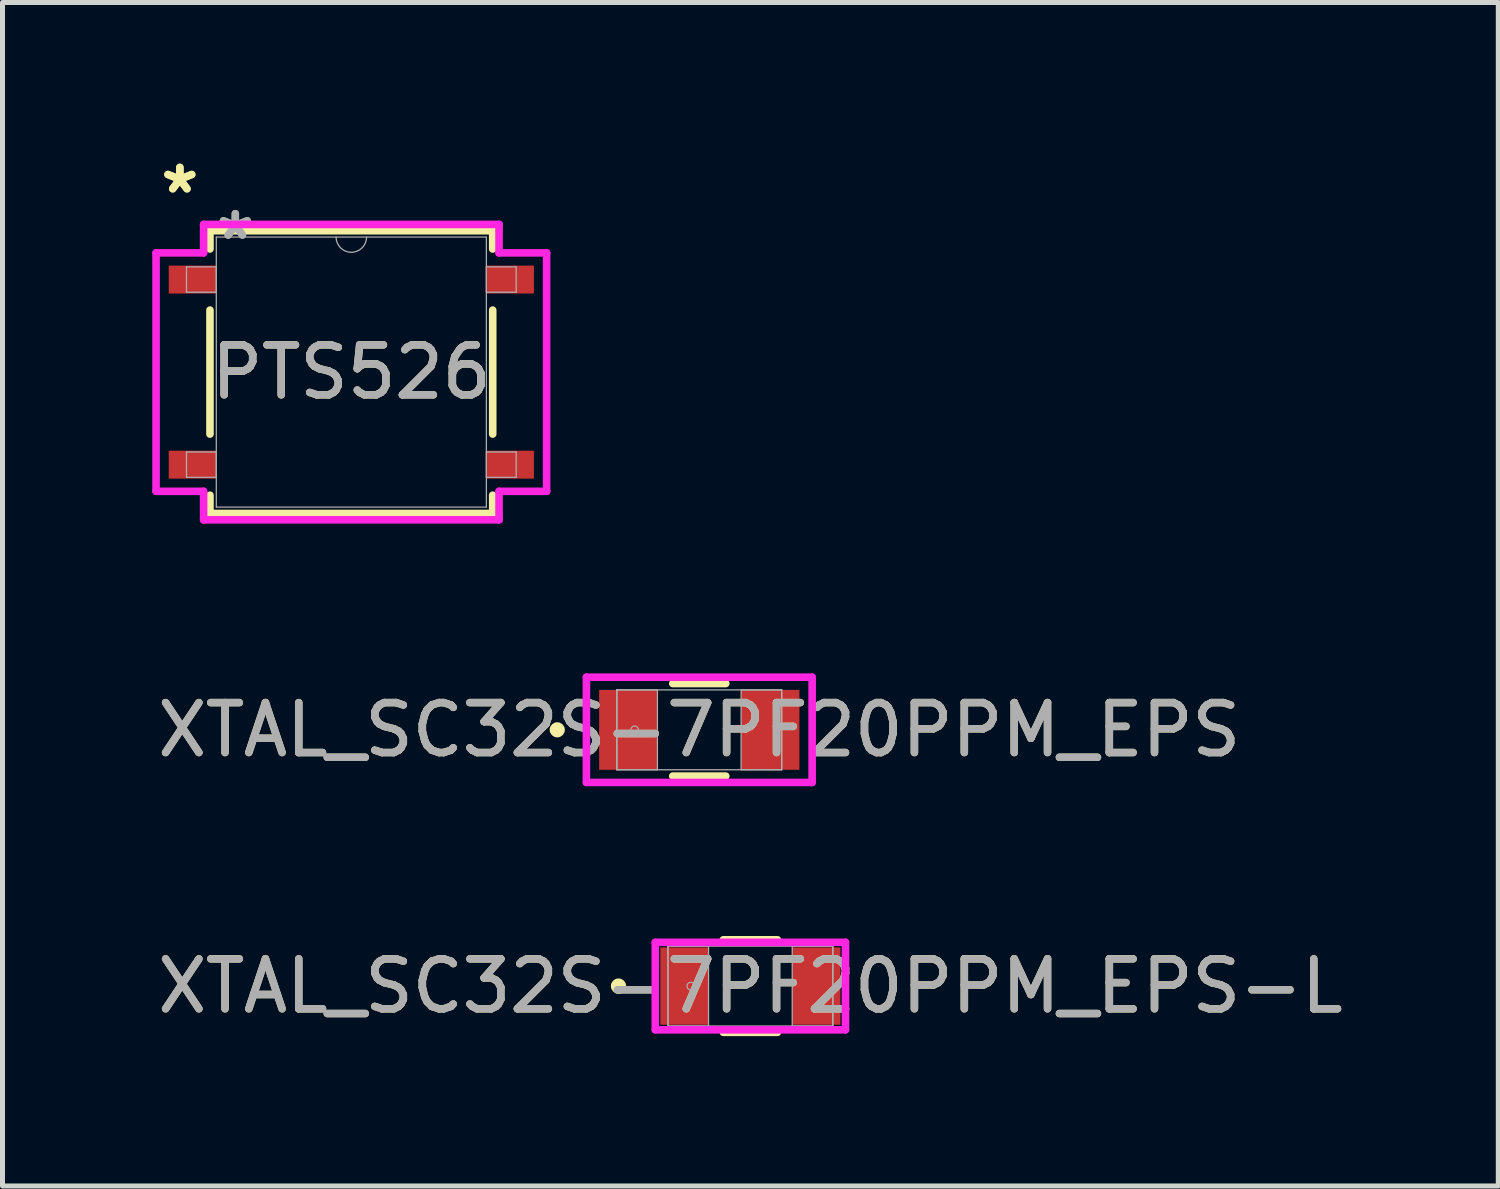
<source format=kicad_pcb>
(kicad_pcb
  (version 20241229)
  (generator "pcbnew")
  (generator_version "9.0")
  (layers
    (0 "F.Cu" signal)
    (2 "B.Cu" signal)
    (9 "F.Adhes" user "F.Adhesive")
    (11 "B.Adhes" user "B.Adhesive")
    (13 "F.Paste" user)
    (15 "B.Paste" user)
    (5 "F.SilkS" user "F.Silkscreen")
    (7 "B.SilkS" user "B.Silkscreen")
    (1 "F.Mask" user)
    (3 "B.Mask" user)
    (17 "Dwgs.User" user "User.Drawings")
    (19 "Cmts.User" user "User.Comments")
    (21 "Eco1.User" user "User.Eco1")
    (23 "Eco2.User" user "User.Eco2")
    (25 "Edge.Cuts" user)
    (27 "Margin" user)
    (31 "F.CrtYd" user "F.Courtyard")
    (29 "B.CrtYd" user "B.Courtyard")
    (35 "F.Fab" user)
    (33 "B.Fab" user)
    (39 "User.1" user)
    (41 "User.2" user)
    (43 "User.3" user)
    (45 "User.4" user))
  (footprint "XTAL_SC32S-7PF20PPM_EPS"
    (layer "F.Cu")
    (at 10.958 11.57)
    (property "Reference" "XTAL_SC32S-7PF20PPM_EPS" (at 0 0 0) (unlocked yes) (layer "F.SilkS") (effects (font (size 1 1) (thickness 0.15))))
    (attr smd)
    (fp_line (start -0.531 0.927) (end 0.531 0.927) (stroke (width 0.152) (type solid)) (layer "F.SilkS"))
    (fp_line (start 0.531 -0.927) (end -0.531 -0.927) (stroke (width 0.152) (type solid)) (layer "F.SilkS"))
    (fp_circle (center -2.845 0) (end -2.769 0) (stroke (width 0.152) (type solid)) (fill no) (layer "F.SilkS"))
    (fp_line (start -2.261 -1.054) (end 2.261 -1.054) (stroke (width 0.152) (type solid)) (layer "F.CrtYd"))
    (fp_line (start -2.261 1.054) (end -2.261 -1.054) (stroke (width 0.152) (type solid)) (layer "F.CrtYd"))
    (fp_line (start 2.261 -1.054) (end 2.261 1.054) (stroke (width 0.152) (type solid)) (layer "F.CrtYd"))
    (fp_line (start 2.261 1.054) (end -2.261 1.054) (stroke (width 0.152) (type solid)) (layer "F.CrtYd"))
    (fp_line (start -1.651 -0.8) (end -1.651 0.8) (stroke (width 0.025) (type solid)) (layer "F.Fab"))
    (fp_line (start -1.651 -0.8) (end -1.651 0.8) (stroke (width 0.025) (type solid)) (layer "F.Fab"))
    (fp_line (start -1.651 0.8) (end -0.838 0.8) (stroke (width 0.025) (type solid)) (layer "F.Fab"))
    (fp_line (start -1.651 0.8) (end 1.651 0.8) (stroke (width 0.025) (type solid)) (layer "F.Fab"))
    (fp_line (start -0.838 -0.8) (end -1.651 -0.8) (stroke (width 0.025) (type solid)) (layer "F.Fab"))
    (fp_line (start -0.838 0.8) (end -0.838 -0.8) (stroke (width 0.025) (type solid)) (layer "F.Fab"))
    (fp_line (start 0.838 -0.8) (end 0.838 0.8) (stroke (width 0.025) (type solid)) (layer "F.Fab"))
    (fp_line (start 0.838 0.8) (end 1.651 0.8) (stroke (width 0.025) (type solid)) (layer "F.Fab"))
    (fp_line (start 1.651 -0.8) (end -1.651 -0.8) (stroke (width 0.025) (type solid)) (layer "F.Fab"))
    (fp_line (start 1.651 -0.8) (end 0.838 -0.8) (stroke (width 0.025) (type solid)) (layer "F.Fab"))
    (fp_line (start 1.651 0.8) (end 1.651 -0.8) (stroke (width 0.025) (type solid)) (layer "F.Fab"))
    (fp_line (start 1.651 0.8) (end 1.651 -0.8) (stroke (width 0.025) (type solid)) (layer "F.Fab"))
    (fp_circle (center -1.295 0) (end -1.219 0) (stroke (width 0.025) (type solid)) (fill no) (layer "F.Fab"))
    (fp_text user "${REFERENCE}" (at 0 0 0) (unlocked yes) (layer "F.Fab") (effects (font (size 1 1) (thickness 0.15))))
    (pad "1" smd rect (at -1.422 0) (size 1.168 1.6) (layers "F.Cu" "F.Mask" "F.Paste"))
    (pad "2" smd rect (at 1.422 0) (size 1.168 1.6) (layers "F.Cu" "F.Mask" "F.Paste"))
    (zone (net_name "") (layer "F.Cu") (hatch full 0.508) (connect_pads) (min_thickness 0.254) (filled_areas_thickness no) (keepout (tracks not_allowed) (vias not_allowed) (pads allowed) (copperpour not_allowed) (footprints allowed)) (placement (enabled no)) (fill) (polygon (pts (xy 10.171 10.821) (xy 11.746 10.821) (xy 11.746 12.319) (xy 10.171 12.319)))))
  (footprint "PTS526"
    (layer "F.Cu")
    (at 3.988 4.404)
    (property "Reference" "PTS526" (at 0 0 0) (unlocked yes) (layer "F.SilkS") (effects (font (size 1 1) (thickness 0.15))))
    (attr smd)
    (fp_line (start -2.832 -2.832) (end -2.832 -2.466) (stroke (width 0.152) (type solid)) (layer "F.SilkS"))
    (fp_line (start -2.832 -1.242) (end -2.832 1.242) (stroke (width 0.152) (type solid)) (layer "F.SilkS"))
    (fp_line (start -2.832 2.466) (end -2.832 2.832) (stroke (width 0.152) (type solid)) (layer "F.SilkS"))
    (fp_line (start -2.832 2.832) (end 2.832 2.832) (stroke (width 0.152) (type solid)) (layer "F.SilkS"))
    (fp_line (start 2.832 -2.832) (end -2.832 -2.832) (stroke (width 0.152) (type solid)) (layer "F.SilkS"))
    (fp_line (start 2.832 -2.466) (end 2.832 -2.832) (stroke (width 0.152) (type solid)) (layer "F.SilkS"))
    (fp_line (start 2.832 1.242) (end 2.832 -1.242) (stroke (width 0.152) (type solid)) (layer "F.SilkS"))
    (fp_line (start 2.832 2.832) (end 2.832 2.466) (stroke (width 0.152) (type solid)) (layer "F.SilkS"))
    (fp_line (start -3.912 -2.388) (end -2.959 -2.388) (stroke (width 0.152) (type solid)) (layer "F.CrtYd"))
    (fp_line (start -3.912 2.388) (end -3.912 -2.388) (stroke (width 0.152) (type solid)) (layer "F.CrtYd"))
    (fp_line (start -3.912 2.388) (end -2.959 2.388) (stroke (width 0.152) (type solid)) (layer "F.CrtYd"))
    (fp_line (start -2.959 -2.959) (end 2.959 -2.959) (stroke (width 0.152) (type solid)) (layer "F.CrtYd"))
    (fp_line (start -2.959 -2.388) (end -2.959 -2.959) (stroke (width 0.152) (type solid)) (layer "F.CrtYd"))
    (fp_line (start -2.959 2.959) (end -2.959 2.388) (stroke (width 0.152) (type solid)) (layer "F.CrtYd"))
    (fp_line (start 2.959 -2.959) (end 2.959 -2.388) (stroke (width 0.152) (type solid)) (layer "F.CrtYd"))
    (fp_line (start 2.959 2.388) (end 2.959 2.959) (stroke (width 0.152) (type solid)) (layer "F.CrtYd"))
    (fp_line (start 2.959 2.959) (end -2.959 2.959) (stroke (width 0.152) (type solid)) (layer "F.CrtYd"))
    (fp_line (start 3.912 -2.388) (end 2.959 -2.388) (stroke (width 0.152) (type solid)) (layer "F.CrtYd"))
    (fp_line (start 3.912 -2.388) (end 3.912 2.388) (stroke (width 0.152) (type solid)) (layer "F.CrtYd"))
    (fp_line (start 3.912 2.388) (end 2.959 2.388) (stroke (width 0.152) (type solid)) (layer "F.CrtYd"))
    (fp_line (start -3.302 -2.108) (end -3.302 -1.6) (stroke (width 0.025) (type solid)) (layer "F.Fab"))
    (fp_line (start -3.302 -1.6) (end -2.705 -1.6) (stroke (width 0.025) (type solid)) (layer "F.Fab"))
    (fp_line (start -3.302 1.6) (end -3.302 2.108) (stroke (width 0.025) (type solid)) (layer "F.Fab"))
    (fp_line (start -3.302 2.108) (end -2.705 2.108) (stroke (width 0.025) (type solid)) (layer "F.Fab"))
    (fp_line (start -2.705 -2.705) (end -2.705 2.705) (stroke (width 0.025) (type solid)) (layer "F.Fab"))
    (fp_line (start -2.705 -2.108) (end -3.302 -2.108) (stroke (width 0.025) (type solid)) (layer "F.Fab"))
    (fp_line (start -2.705 -1.6) (end -2.705 -2.108) (stroke (width 0.025) (type solid)) (layer "F.Fab"))
    (fp_line (start -2.705 1.6) (end -3.302 1.6) (stroke (width 0.025) (type solid)) (layer "F.Fab"))
    (fp_line (start -2.705 2.108) (end -2.705 1.6) (stroke (width 0.025) (type solid)) (layer "F.Fab"))
    (fp_line (start -2.705 2.705) (end 2.705 2.705) (stroke (width 0.025) (type solid)) (layer "F.Fab"))
    (fp_line (start 2.705 -2.705) (end -2.705 -2.705) (stroke (width 0.025) (type solid)) (layer "F.Fab"))
    (fp_line (start 2.705 -2.108) (end 2.705 -1.6) (stroke (width 0.025) (type solid)) (layer "F.Fab"))
    (fp_line (start 2.705 -1.6) (end 3.302 -1.6) (stroke (width 0.025) (type solid)) (layer "F.Fab"))
    (fp_line (start 2.705 1.6) (end 2.705 2.108) (stroke (width 0.025) (type solid)) (layer "F.Fab"))
    (fp_line (start 2.705 2.108) (end 3.302 2.108) (stroke (width 0.025) (type solid)) (layer "F.Fab"))
    (fp_line (start 2.705 2.705) (end 2.705 -2.705) (stroke (width 0.025) (type solid)) (layer "F.Fab"))
    (fp_line (start 3.302 -2.108) (end 2.705 -2.108) (stroke (width 0.025) (type solid)) (layer "F.Fab"))
    (fp_line (start 3.302 -1.6) (end 3.302 -2.108) (stroke (width 0.025) (type solid)) (layer "F.Fab"))
    (fp_line (start 3.302 1.6) (end 2.705 1.6) (stroke (width 0.025) (type solid)) (layer "F.Fab"))
    (fp_line (start 3.302 2.108) (end 3.302 1.6) (stroke (width 0.025) (type solid)) (layer "F.Fab"))
    (fp_arc (start 0.3048 -2.7051) (mid 0 -2.4003) (end -0.3048 -2.7051) (stroke (width 0.0254) (type solid)) (layer "F.Fab"))
    (fp_text user "*" (at -3.435 -3.556 0) (layer "F.SilkS") (effects (font (size 1 1) (thickness 0.15))))
    (fp_text user "*" (at -3.435 -3.556 0) (unlocked yes) (layer "F.SilkS") (effects (font (size 1 1) (thickness 0.15))))
    (fp_text user "*" (at -2.324 -2.629 0) (layer "F.Fab") (effects (font (size 1 1) (thickness 0.15))))
    (fp_text user "${REFERENCE}" (at 0 0 0) (unlocked yes) (layer "F.Fab") (effects (font (size 1 1) (thickness 0.15))))
    (fp_text user "*" (at -2.324 -2.629 0) (unlocked yes) (layer "F.Fab") (effects (font (size 1 1) (thickness 0.15))))
    (pad "1" smd rect (at -3.181 -1.854) (size 0.953 0.559) (layers "F.Cu" "F.Mask" "F.Paste"))
    (pad "2" smd rect (at 3.181 -1.854) (size 0.953 0.559) (layers "F.Cu" "F.Mask" "F.Paste"))
    (pad "3" smd rect (at -3.181 1.854) (size 0.953 0.559) (layers "F.Cu" "F.Mask" "F.Paste"))
    (pad "4" smd rect (at 3.181 1.854) (size 0.953 0.559) (layers "F.Cu" "F.Mask" "F.Paste")))
  (footprint "XTAL_SC32S-7PF20PPM_EPS-L"
    (layer "F.Cu")
    (at 11.982 16.703)
    (property "Reference" "XTAL_SC32S-7PF20PPM_EPS-L" (at 0 0 0) (unlocked yes) (layer "F.SilkS") (effects (font (size 1 1) (thickness 0.15))))
    (attr smd)
    (fp_line (start -0.542 0.927) (end 0.542 0.927) (stroke (width 0.152) (type solid)) (layer "F.SilkS"))
    (fp_line (start 0.542 -0.927) (end -0.542 -0.927) (stroke (width 0.152) (type solid)) (layer "F.SilkS"))
    (fp_circle (center -2.642 0) (end -2.565 0) (stroke (width 0.152) (type solid)) (fill no) (layer "F.SilkS"))
    (fp_line (start -1.905 -0.876) (end 1.905 -0.876) (stroke (width 0.152) (type solid)) (layer "F.CrtYd"))
    (fp_line (start -1.905 0.876) (end -1.905 -0.876) (stroke (width 0.152) (type solid)) (layer "F.CrtYd"))
    (fp_line (start 1.905 -0.876) (end 1.905 0.876) (stroke (width 0.152) (type solid)) (layer "F.CrtYd"))
    (fp_line (start 1.905 0.876) (end -1.905 0.876) (stroke (width 0.152) (type solid)) (layer "F.CrtYd"))
    (fp_line (start -1.651 -0.8) (end -1.651 0.8) (stroke (width 0.025) (type solid)) (layer "F.Fab"))
    (fp_line (start -1.651 -0.8) (end -1.651 0.8) (stroke (width 0.025) (type solid)) (layer "F.Fab"))
    (fp_line (start -1.651 0.8) (end -0.838 0.8) (stroke (width 0.025) (type solid)) (layer "F.Fab"))
    (fp_line (start -1.651 0.8) (end 1.651 0.8) (stroke (width 0.025) (type solid)) (layer "F.Fab"))
    (fp_line (start -0.838 -0.8) (end -1.651 -0.8) (stroke (width 0.025) (type solid)) (layer "F.Fab"))
    (fp_line (start -0.838 0.8) (end -0.838 -0.8) (stroke (width 0.025) (type solid)) (layer "F.Fab"))
    (fp_line (start 0.838 -0.8) (end 0.838 0.8) (stroke (width 0.025) (type solid)) (layer "F.Fab"))
    (fp_line (start 0.838 0.8) (end 1.651 0.8) (stroke (width 0.025) (type solid)) (layer "F.Fab"))
    (fp_line (start 1.651 -0.8) (end -1.651 -0.8) (stroke (width 0.025) (type solid)) (layer "F.Fab"))
    (fp_line (start 1.651 -0.8) (end 0.838 -0.8) (stroke (width 0.025) (type solid)) (layer "F.Fab"))
    (fp_line (start 1.651 0.8) (end 1.651 -0.8) (stroke (width 0.025) (type solid)) (layer "F.Fab"))
    (fp_line (start 1.651 0.8) (end 1.651 -0.8) (stroke (width 0.025) (type solid)) (layer "F.Fab"))
    (fp_circle (center -1.194 0) (end -1.118 0) (stroke (width 0.025) (type solid)) (fill no) (layer "F.Fab"))
    (fp_text user "${REFERENCE}" (at 0 0 0) (unlocked yes) (layer "F.Fab") (effects (font (size 1 1) (thickness 0.15))))
    (pad "1" smd rect (at -1.321 0) (size 0.965 1.549) (layers "F.Cu" "F.Mask" "F.Paste"))
    (pad "2" smd rect (at 1.321 0) (size 0.965 1.549) (layers "F.Cu" "F.Mask" "F.Paste"))
    (zone (net_name "") (layer "F.Cu") (hatch full 0.508) (connect_pads) (min_thickness 0.254) (filled_areas_thickness no) (keepout (tracks not_allowed) (vias not_allowed) (pads allowed) (copperpour not_allowed) (footprints allowed)) (placement (enabled no)) (fill) (polygon (pts (xy 11.195 15.954) (xy 12.77 15.954) (xy 12.77 17.453) (xy 11.195 17.453)))))
  (gr_rect
    (start -3 -3)
    (end 26.964 20.707)
    (stroke (width 0.1) (type default))
    (fill no)
    (layer "Edge.Cuts")))
</source>
